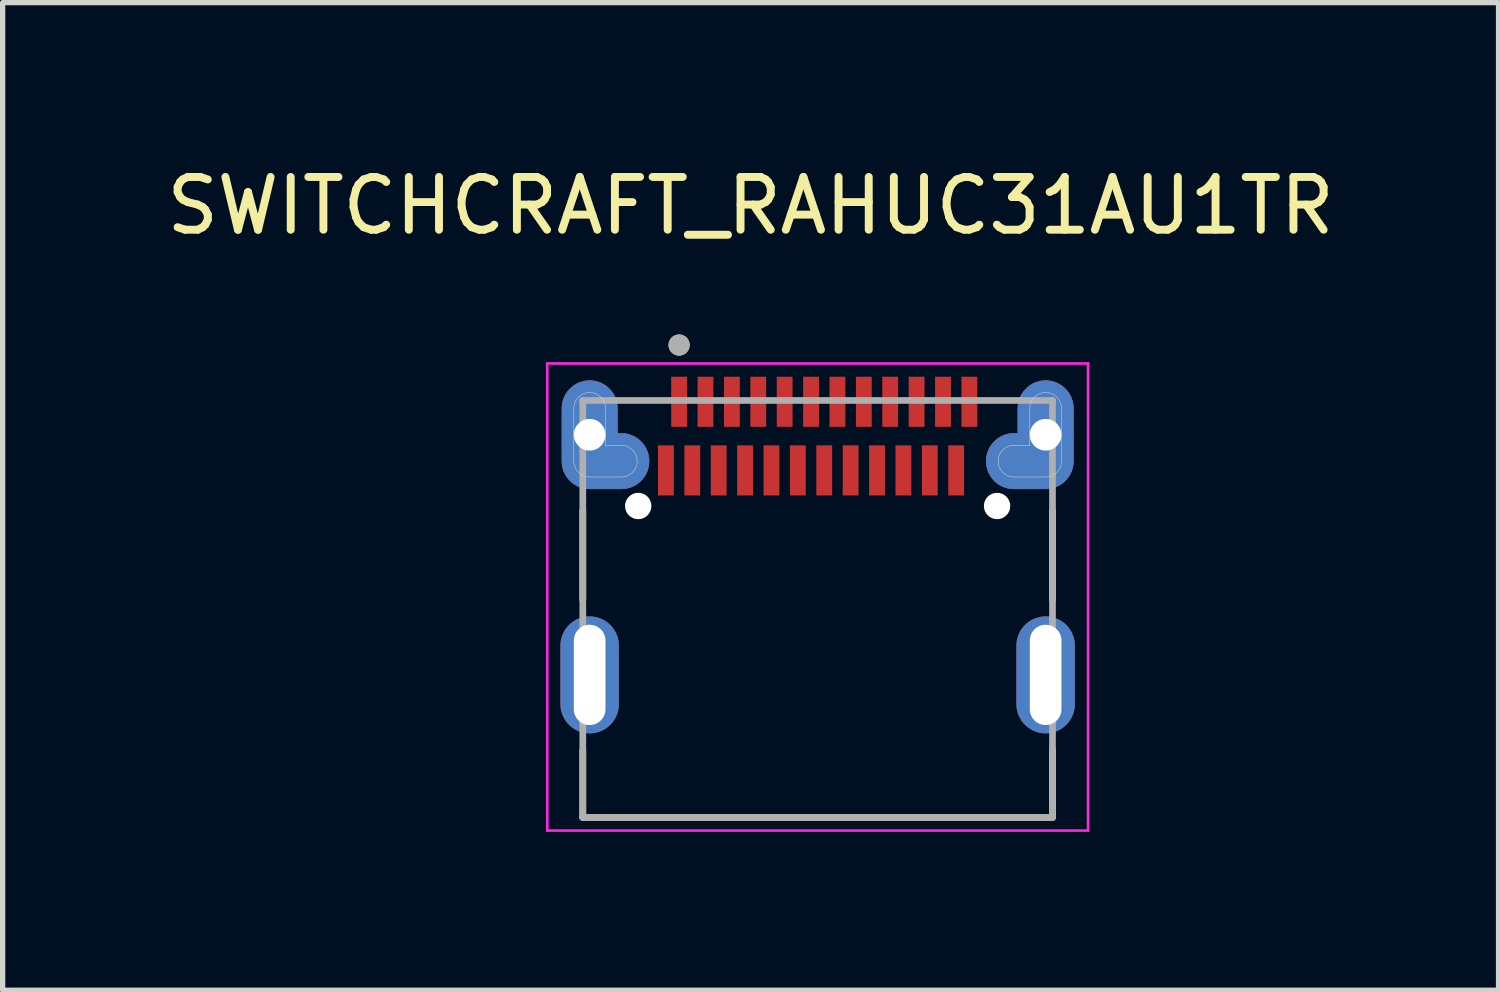
<source format=kicad_pcb>
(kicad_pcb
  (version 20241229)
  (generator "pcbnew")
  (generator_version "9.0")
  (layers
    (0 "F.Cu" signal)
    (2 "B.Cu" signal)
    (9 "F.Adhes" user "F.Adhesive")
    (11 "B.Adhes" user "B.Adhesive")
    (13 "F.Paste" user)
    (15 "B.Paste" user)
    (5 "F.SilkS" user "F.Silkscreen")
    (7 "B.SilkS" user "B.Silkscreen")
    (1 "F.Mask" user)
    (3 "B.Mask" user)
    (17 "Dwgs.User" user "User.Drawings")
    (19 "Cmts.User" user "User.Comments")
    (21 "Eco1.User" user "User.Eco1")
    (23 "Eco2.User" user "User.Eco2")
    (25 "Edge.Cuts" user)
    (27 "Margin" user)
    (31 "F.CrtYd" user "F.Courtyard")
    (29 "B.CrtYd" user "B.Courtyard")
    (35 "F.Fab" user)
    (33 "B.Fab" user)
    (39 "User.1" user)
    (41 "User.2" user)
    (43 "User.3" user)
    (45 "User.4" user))
  (footprint "SWITCHCRAFT_RAHUC31AU1TR"
    (layer "F.Cu")
    (at 12.443 9.738)
    (property "Reference" "SWITCHCRAFT_RAHUC31AU1TR" (at -1.27 -8.89 0) (layer "F.SilkS") (effects (font (size 1 1) (thickness 0.15))))
    (attr smd)
    (fp_poly (pts (xy -4.845 -5.05) (xy -4.845 -4.05) (xy -4.844 -4.023) (xy -4.842 -3.995) (xy -4.839 -3.968) (xy -4.834 -3.941) (xy -4.827 -3.914) (xy -4.819 -3.888) (xy -4.81 -3.862) (xy -4.8 -3.836) (xy -4.788 -3.812) (xy -4.775 -3.787) (xy -4.76 -3.764) (xy -4.745 -3.741) (xy -4.728 -3.72) (xy -4.71 -3.699) (xy -4.691 -3.679) (xy -4.671 -3.66) (xy -4.65 -3.642) (xy -4.629 -3.625) (xy -4.606 -3.61) (xy -4.582 -3.595) (xy -4.558 -3.582) (xy -4.534 -3.57) (xy -4.508 -3.56) (xy -4.482 -3.551) (xy -4.456 -3.543) (xy -4.429 -3.536) (xy -4.402 -3.531) (xy -4.375 -3.528) (xy -4.347 -3.526) (xy -4.32 -3.525) (xy -3.72 -3.525) (xy -3.693 -3.526) (xy -3.665 -3.528) (xy -3.638 -3.531) (xy -3.611 -3.536) (xy -3.584 -3.543) (xy -3.558 -3.551) (xy -3.532 -3.56) (xy -3.506 -3.57) (xy -3.482 -3.582) (xy -3.457 -3.595) (xy -3.434 -3.61) (xy -3.411 -3.625) (xy -3.39 -3.642) (xy -3.369 -3.66) (xy -3.349 -3.679) (xy -3.33 -3.699) (xy -3.312 -3.72) (xy -3.295 -3.741) (xy -3.28 -3.764) (xy -3.265 -3.787) (xy -3.252 -3.812) (xy -3.24 -3.836) (xy -3.23 -3.862) (xy -3.221 -3.888) (xy -3.213 -3.914) (xy -3.206 -3.941) (xy -3.201 -3.968) (xy -3.198 -3.995) (xy -3.196 -4.023) (xy -3.195 -4.05) (xy -3.196 -4.077) (xy -3.198 -4.105) (xy -3.201 -4.132) (xy -3.206 -4.159) (xy -3.213 -4.186) (xy -3.221 -4.212) (xy -3.23 -4.238) (xy -3.24 -4.264) (xy -3.252 -4.288) (xy -3.265 -4.313) (xy -3.28 -4.336) (xy -3.295 -4.359) (xy -3.312 -4.38) (xy -3.33 -4.401) (xy -3.349 -4.421) (xy -3.369 -4.44) (xy -3.39 -4.458) (xy -3.411 -4.475) (xy -3.434 -4.49) (xy -3.458 -4.505) (xy -3.482 -4.518) (xy -3.506 -4.53) (xy -3.532 -4.54) (xy -3.558 -4.549) (xy -3.584 -4.557) (xy -3.611 -4.564) (xy -3.638 -4.569) (xy -3.665 -4.572) (xy -3.693 -4.574) (xy -3.72 -4.575) (xy -3.795 -4.575) (xy -3.795 -5.05) (xy -3.796 -5.077) (xy -3.798 -5.105) (xy -3.801 -5.132) (xy -3.806 -5.159) (xy -3.813 -5.186) (xy -3.821 -5.212) (xy -3.83 -5.238) (xy -3.84 -5.264) (xy -3.852 -5.288) (xy -3.865 -5.313) (xy -3.88 -5.336) (xy -3.895 -5.359) (xy -3.912 -5.38) (xy -3.93 -5.401) (xy -3.949 -5.421) (xy -3.969 -5.44) (xy -3.99 -5.458) (xy -4.011 -5.475) (xy -4.034 -5.49) (xy -4.058 -5.505) (xy -4.082 -5.518) (xy -4.106 -5.53) (xy -4.132 -5.54) (xy -4.158 -5.549) (xy -4.184 -5.557) (xy -4.211 -5.564) (xy -4.238 -5.569) (xy -4.265 -5.572) (xy -4.293 -5.574) (xy -4.32 -5.575) (xy -4.347 -5.574) (xy -4.375 -5.572) (xy -4.402 -5.569) (xy -4.429 -5.564) (xy -4.456 -5.557) (xy -4.482 -5.549) (xy -4.508 -5.54) (xy -4.534 -5.53) (xy -4.558 -5.518) (xy -4.582 -5.505) (xy -4.606 -5.49) (xy -4.629 -5.475) (xy -4.65 -5.458) (xy -4.671 -5.44) (xy -4.691 -5.421) (xy -4.71 -5.401) (xy -4.728 -5.38) (xy -4.745 -5.359) (xy -4.76 -5.336) (xy -4.775 -5.313) (xy -4.788 -5.288) (xy -4.8 -5.264) (xy -4.81 -5.238) (xy -4.819 -5.212) (xy -4.827 -5.186) (xy -4.834 -5.159) (xy -4.839 -5.132) (xy -4.842 -5.105) (xy -4.844 -5.077) (xy -4.845 -5.05)) (stroke (width 0.01) (type solid)) (fill yes) (layer "F.Cu"))
    (fp_poly (pts (xy 4.845 -5.05) (xy 4.845 -4.05) (xy 4.844 -4.023) (xy 4.842 -3.995) (xy 4.839 -3.968) (xy 4.834 -3.941) (xy 4.827 -3.914) (xy 4.819 -3.888) (xy 4.81 -3.862) (xy 4.8 -3.836) (xy 4.788 -3.812) (xy 4.775 -3.787) (xy 4.76 -3.764) (xy 4.745 -3.741) (xy 4.728 -3.72) (xy 4.71 -3.699) (xy 4.691 -3.679) (xy 4.671 -3.66) (xy 4.65 -3.642) (xy 4.629 -3.625) (xy 4.606 -3.61) (xy 4.582 -3.595) (xy 4.558 -3.582) (xy 4.534 -3.57) (xy 4.508 -3.56) (xy 4.482 -3.551) (xy 4.456 -3.543) (xy 4.429 -3.536) (xy 4.402 -3.531) (xy 4.375 -3.528) (xy 4.347 -3.526) (xy 4.32 -3.525) (xy 3.72 -3.525) (xy 3.693 -3.526) (xy 3.665 -3.528) (xy 3.638 -3.531) (xy 3.611 -3.536) (xy 3.584 -3.543) (xy 3.558 -3.551) (xy 3.532 -3.56) (xy 3.506 -3.57) (xy 3.482 -3.582) (xy 3.457 -3.595) (xy 3.434 -3.61) (xy 3.411 -3.625) (xy 3.39 -3.642) (xy 3.369 -3.66) (xy 3.349 -3.679) (xy 3.33 -3.699) (xy 3.312 -3.72) (xy 3.295 -3.741) (xy 3.28 -3.764) (xy 3.265 -3.787) (xy 3.252 -3.812) (xy 3.24 -3.836) (xy 3.23 -3.862) (xy 3.221 -3.888) (xy 3.213 -3.914) (xy 3.206 -3.941) (xy 3.201 -3.968) (xy 3.198 -3.995) (xy 3.196 -4.023) (xy 3.195 -4.05) (xy 3.196 -4.077) (xy 3.198 -4.105) (xy 3.201 -4.132) (xy 3.206 -4.159) (xy 3.213 -4.186) (xy 3.221 -4.212) (xy 3.23 -4.238) (xy 3.24 -4.264) (xy 3.252 -4.288) (xy 3.265 -4.313) (xy 3.28 -4.336) (xy 3.295 -4.359) (xy 3.312 -4.38) (xy 3.33 -4.401) (xy 3.349 -4.421) (xy 3.369 -4.44) (xy 3.39 -4.458) (xy 3.411 -4.475) (xy 3.434 -4.49) (xy 3.458 -4.505) (xy 3.482 -4.518) (xy 3.506 -4.53) (xy 3.532 -4.54) (xy 3.558 -4.549) (xy 3.584 -4.557) (xy 3.611 -4.564) (xy 3.638 -4.569) (xy 3.665 -4.572) (xy 3.693 -4.574) (xy 3.72 -4.575) (xy 3.795 -4.575) (xy 3.795 -5.05) (xy 3.796 -5.077) (xy 3.798 -5.105) (xy 3.801 -5.132) (xy 3.806 -5.159) (xy 3.813 -5.186) (xy 3.821 -5.212) (xy 3.83 -5.238) (xy 3.84 -5.264) (xy 3.852 -5.288) (xy 3.865 -5.313) (xy 3.88 -5.336) (xy 3.895 -5.359) (xy 3.912 -5.38) (xy 3.93 -5.401) (xy 3.949 -5.421) (xy 3.969 -5.44) (xy 3.99 -5.458) (xy 4.011 -5.475) (xy 4.034 -5.49) (xy 4.058 -5.505) (xy 4.082 -5.518) (xy 4.106 -5.53) (xy 4.132 -5.54) (xy 4.158 -5.549) (xy 4.184 -5.557) (xy 4.211 -5.564) (xy 4.238 -5.569) (xy 4.265 -5.572) (xy 4.293 -5.574) (xy 4.32 -5.575) (xy 4.347 -5.574) (xy 4.375 -5.572) (xy 4.402 -5.569) (xy 4.429 -5.564) (xy 4.456 -5.557) (xy 4.482 -5.549) (xy 4.508 -5.54) (xy 4.534 -5.53) (xy 4.558 -5.518) (xy 4.582 -5.505) (xy 4.606 -5.49) (xy 4.629 -5.475) (xy 4.65 -5.458) (xy 4.671 -5.44) (xy 4.691 -5.421) (xy 4.71 -5.401) (xy 4.728 -5.38) (xy 4.745 -5.359) (xy 4.76 -5.336) (xy 4.775 -5.313) (xy 4.788 -5.288) (xy 4.8 -5.264) (xy 4.81 -5.238) (xy 4.819 -5.212) (xy 4.827 -5.186) (xy 4.834 -5.159) (xy 4.839 -5.132) (xy 4.842 -5.105) (xy 4.844 -5.077) (xy 4.845 -5.05)) (stroke (width 0.01) (type solid)) (fill yes) (layer "F.Cu"))
    (fp_circle (center -3.4 -3.2) (end -3.148 -3.2) (stroke (width 0.504) (type solid)) (fill no) (layer "F.Mask"))
    (fp_circle (center 3.4 -3.2) (end 3.652 -3.2) (stroke (width 0.504) (type solid)) (fill no) (layer "F.Mask"))
    (fp_poly (pts (xy -3.075 -4.4) (xy -2.675 -4.4) (xy -2.675 -3.35) (xy -3.075 -3.35)) (stroke (width 0.01) (type solid)) (fill yes) (layer "F.Mask"))
    (fp_poly (pts (xy -2.825 -5.7) (xy -2.425 -5.7) (xy -2.425 -4.65) (xy -2.825 -4.65)) (stroke (width 0.01) (type solid)) (fill yes) (layer "F.Mask"))
    (fp_poly (pts (xy -2.575 -4.4) (xy -2.175 -4.4) (xy -2.175 -3.35) (xy -2.575 -3.35)) (stroke (width 0.01) (type solid)) (fill yes) (layer "F.Mask"))
    (fp_poly (pts (xy -2.325 -5.7) (xy -1.925 -5.7) (xy -1.925 -4.65) (xy -2.325 -4.65)) (stroke (width 0.01) (type solid)) (fill yes) (layer "F.Mask"))
    (fp_poly (pts (xy -2.075 -4.4) (xy -1.675 -4.4) (xy -1.675 -3.35) (xy -2.075 -3.35)) (stroke (width 0.01) (type solid)) (fill yes) (layer "F.Mask"))
    (fp_poly (pts (xy -1.825 -5.7) (xy -1.425 -5.7) (xy -1.425 -4.65) (xy -1.825 -4.65)) (stroke (width 0.01) (type solid)) (fill yes) (layer "F.Mask"))
    (fp_poly (pts (xy -1.575 -4.4) (xy -1.175 -4.4) (xy -1.175 -3.35) (xy -1.575 -3.35)) (stroke (width 0.01) (type solid)) (fill yes) (layer "F.Mask"))
    (fp_poly (pts (xy -1.325 -5.7) (xy -0.925 -5.7) (xy -0.925 -4.65) (xy -1.325 -4.65)) (stroke (width 0.01) (type solid)) (fill yes) (layer "F.Mask"))
    (fp_poly (pts (xy -1.075 -4.4) (xy -0.675 -4.4) (xy -0.675 -3.35) (xy -1.075 -3.35)) (stroke (width 0.01) (type solid)) (fill yes) (layer "F.Mask"))
    (fp_poly (pts (xy -0.825 -5.7) (xy -0.425 -5.7) (xy -0.425 -4.65) (xy -0.825 -4.65)) (stroke (width 0.01) (type solid)) (fill yes) (layer "F.Mask"))
    (fp_poly (pts (xy -0.575 -4.4) (xy -0.175 -4.4) (xy -0.175 -3.35) (xy -0.575 -3.35)) (stroke (width 0.01) (type solid)) (fill yes) (layer "F.Mask"))
    (fp_poly (pts (xy -0.325 -5.7) (xy 0.075 -5.7) (xy 0.075 -4.65) (xy -0.325 -4.65)) (stroke (width 0.01) (type solid)) (fill yes) (layer "F.Mask"))
    (fp_poly (pts (xy -0.075 -4.4) (xy 0.325 -4.4) (xy 0.325 -3.35) (xy -0.075 -3.35)) (stroke (width 0.01) (type solid)) (fill yes) (layer "F.Mask"))
    (fp_poly (pts (xy 0.175 -5.7) (xy 0.575 -5.7) (xy 0.575 -4.65) (xy 0.175 -4.65)) (stroke (width 0.01) (type solid)) (fill yes) (layer "F.Mask"))
    (fp_poly (pts (xy 0.425 -4.4) (xy 0.825 -4.4) (xy 0.825 -3.35) (xy 0.425 -3.35)) (stroke (width 0.01) (type solid)) (fill yes) (layer "F.Mask"))
    (fp_poly (pts (xy 0.675 -5.7) (xy 1.075 -5.7) (xy 1.075 -4.65) (xy 0.675 -4.65)) (stroke (width 0.01) (type solid)) (fill yes) (layer "F.Mask"))
    (fp_poly (pts (xy 0.925 -4.4) (xy 1.325 -4.4) (xy 1.325 -3.35) (xy 0.925 -3.35)) (stroke (width 0.01) (type solid)) (fill yes) (layer "F.Mask"))
    (fp_poly (pts (xy 1.175 -5.7) (xy 1.575 -5.7) (xy 1.575 -4.65) (xy 1.175 -4.65)) (stroke (width 0.01) (type solid)) (fill yes) (layer "F.Mask"))
    (fp_poly (pts (xy 1.425 -4.4) (xy 1.825 -4.4) (xy 1.825 -3.35) (xy 1.425 -3.35)) (stroke (width 0.01) (type solid)) (fill yes) (layer "F.Mask"))
    (fp_poly (pts (xy 1.675 -5.7) (xy 2.075 -5.7) (xy 2.075 -4.65) (xy 1.675 -4.65)) (stroke (width 0.01) (type solid)) (fill yes) (layer "F.Mask"))
    (fp_poly (pts (xy 1.925 -4.4) (xy 2.325 -4.4) (xy 2.325 -3.35) (xy 1.925 -3.35)) (stroke (width 0.01) (type solid)) (fill yes) (layer "F.Mask"))
    (fp_poly (pts (xy 2.175 -5.7) (xy 2.575 -5.7) (xy 2.575 -4.65) (xy 2.175 -4.65)) (stroke (width 0.01) (type solid)) (fill yes) (layer "F.Mask"))
    (fp_poly (pts (xy 2.425 -4.4) (xy 2.825 -4.4) (xy 2.825 -3.35) (xy 2.425 -3.35)) (stroke (width 0.01) (type solid)) (fill yes) (layer "F.Mask"))
    (fp_poly (pts (xy 2.675 -5.7) (xy 3.075 -5.7) (xy 3.075 -4.65) (xy 2.675 -4.65)) (stroke (width 0.01) (type solid)) (fill yes) (layer "F.Mask"))
    (fp_poly (pts (xy -4.945 -5.05) (xy -4.945 -4.05) (xy -4.944 -4.017) (xy -4.942 -3.985) (xy -4.937 -3.952) (xy -4.931 -3.92) (xy -4.924 -3.888) (xy -4.914 -3.857) (xy -4.903 -3.826) (xy -4.891 -3.796) (xy -4.877 -3.766) (xy -4.861 -3.737) (xy -4.844 -3.71) (xy -4.826 -3.683) (xy -4.806 -3.657) (xy -4.784 -3.632) (xy -4.762 -3.608) (xy -4.738 -3.586) (xy -4.713 -3.564) (xy -4.687 -3.544) (xy -4.66 -3.526) (xy -4.633 -3.509) (xy -4.604 -3.493) (xy -4.574 -3.479) (xy -4.544 -3.467) (xy -4.513 -3.456) (xy -4.482 -3.446) (xy -4.45 -3.439) (xy -4.418 -3.433) (xy -4.385 -3.428) (xy -4.353 -3.426) (xy -4.32 -3.425) (xy -3.72 -3.425) (xy -3.687 -3.426) (xy -3.655 -3.428) (xy -3.622 -3.433) (xy -3.59 -3.439) (xy -3.558 -3.446) (xy -3.527 -3.456) (xy -3.496 -3.467) (xy -3.466 -3.479) (xy -3.436 -3.493) (xy -3.408 -3.509) (xy -3.38 -3.526) (xy -3.353 -3.544) (xy -3.327 -3.564) (xy -3.302 -3.586) (xy -3.278 -3.608) (xy -3.256 -3.632) (xy -3.234 -3.657) (xy -3.214 -3.683) (xy -3.196 -3.71) (xy -3.179 -3.737) (xy -3.163 -3.766) (xy -3.149 -3.796) (xy -3.137 -3.826) (xy -3.126 -3.857) (xy -3.116 -3.888) (xy -3.109 -3.92) (xy -3.103 -3.952) (xy -3.098 -3.985) (xy -3.096 -4.017) (xy -3.095 -4.05) (xy -3.096 -4.083) (xy -3.098 -4.115) (xy -3.103 -4.148) (xy -3.109 -4.18) (xy -3.116 -4.212) (xy -3.126 -4.243) (xy -3.137 -4.274) (xy -3.149 -4.304) (xy -3.163 -4.334) (xy -3.179 -4.362) (xy -3.196 -4.39) (xy -3.214 -4.417) (xy -3.234 -4.443) (xy -3.256 -4.468) (xy -3.278 -4.492) (xy -3.302 -4.514) (xy -3.327 -4.536) (xy -3.353 -4.556) (xy -3.38 -4.574) (xy -3.408 -4.591) (xy -3.436 -4.607) (xy -3.466 -4.621) (xy -3.496 -4.633) (xy -3.527 -4.644) (xy -3.558 -4.654) (xy -3.59 -4.661) (xy -3.622 -4.667) (xy -3.655 -4.672) (xy -3.687 -4.674) (xy -3.72 -4.675) (xy -3.695 -4.675) (xy -3.695 -5.05) (xy -3.696 -5.083) (xy -3.698 -5.115) (xy -3.703 -5.148) (xy -3.709 -5.18) (xy -3.716 -5.212) (xy -3.726 -5.243) (xy -3.737 -5.274) (xy -3.749 -5.304) (xy -3.763 -5.334) (xy -3.779 -5.362) (xy -3.796 -5.39) (xy -3.814 -5.417) (xy -3.834 -5.443) (xy -3.856 -5.468) (xy -3.878 -5.492) (xy -3.902 -5.514) (xy -3.927 -5.536) (xy -3.953 -5.556) (xy -3.98 -5.574) (xy -4.008 -5.591) (xy -4.036 -5.607) (xy -4.066 -5.621) (xy -4.096 -5.633) (xy -4.127 -5.644) (xy -4.158 -5.654) (xy -4.19 -5.661) (xy -4.222 -5.667) (xy -4.255 -5.672) (xy -4.287 -5.674) (xy -4.32 -5.675) (xy -4.353 -5.674) (xy -4.385 -5.672) (xy -4.418 -5.667) (xy -4.45 -5.661) (xy -4.482 -5.654) (xy -4.513 -5.644) (xy -4.544 -5.633) (xy -4.574 -5.621) (xy -4.604 -5.607) (xy -4.633 -5.591) (xy -4.66 -5.574) (xy -4.687 -5.556) (xy -4.713 -5.536) (xy -4.738 -5.514) (xy -4.762 -5.492) (xy -4.784 -5.468) (xy -4.806 -5.443) (xy -4.826 -5.417) (xy -4.844 -5.39) (xy -4.861 -5.362) (xy -4.877 -5.334) (xy -4.891 -5.304) (xy -4.903 -5.274) (xy -4.914 -5.243) (xy -4.924 -5.212) (xy -4.931 -5.18) (xy -4.937 -5.148) (xy -4.942 -5.115) (xy -4.944 -5.083) (xy -4.945 -5.05)) (stroke (width 0.01) (type solid)) (fill yes) (layer "F.Mask"))
    (fp_poly (pts (xy 4.945 -5.05) (xy 4.945 -4.05) (xy 4.944 -4.017) (xy 4.942 -3.985) (xy 4.937 -3.952) (xy 4.931 -3.92) (xy 4.924 -3.888) (xy 4.914 -3.857) (xy 4.903 -3.826) (xy 4.891 -3.796) (xy 4.877 -3.766) (xy 4.861 -3.737) (xy 4.844 -3.71) (xy 4.826 -3.683) (xy 4.806 -3.657) (xy 4.784 -3.632) (xy 4.762 -3.608) (xy 4.738 -3.586) (xy 4.713 -3.564) (xy 4.687 -3.544) (xy 4.66 -3.526) (xy 4.633 -3.509) (xy 4.604 -3.493) (xy 4.574 -3.479) (xy 4.544 -3.467) (xy 4.513 -3.456) (xy 4.482 -3.446) (xy 4.45 -3.439) (xy 4.418 -3.433) (xy 4.385 -3.428) (xy 4.353 -3.426) (xy 4.32 -3.425) (xy 3.72 -3.425) (xy 3.687 -3.426) (xy 3.655 -3.428) (xy 3.622 -3.433) (xy 3.59 -3.439) (xy 3.558 -3.446) (xy 3.527 -3.456) (xy 3.496 -3.467) (xy 3.466 -3.479) (xy 3.436 -3.493) (xy 3.407 -3.509) (xy 3.38 -3.526) (xy 3.353 -3.544) (xy 3.327 -3.564) (xy 3.302 -3.586) (xy 3.278 -3.608) (xy 3.256 -3.632) (xy 3.234 -3.657) (xy 3.214 -3.683) (xy 3.196 -3.71) (xy 3.179 -3.737) (xy 3.163 -3.766) (xy 3.149 -3.796) (xy 3.137 -3.826) (xy 3.126 -3.857) (xy 3.116 -3.888) (xy 3.109 -3.92) (xy 3.103 -3.952) (xy 3.098 -3.985) (xy 3.096 -4.017) (xy 3.095 -4.05) (xy 3.096 -4.083) (xy 3.098 -4.115) (xy 3.103 -4.148) (xy 3.109 -4.18) (xy 3.116 -4.212) (xy 3.126 -4.243) (xy 3.137 -4.274) (xy 3.149 -4.304) (xy 3.163 -4.334) (xy 3.179 -4.362) (xy 3.196 -4.39) (xy 3.214 -4.417) (xy 3.234 -4.443) (xy 3.256 -4.468) (xy 3.278 -4.492) (xy 3.302 -4.514) (xy 3.327 -4.536) (xy 3.353 -4.556) (xy 3.38 -4.574) (xy 3.408 -4.591) (xy 3.436 -4.607) (xy 3.466 -4.621) (xy 3.496 -4.633) (xy 3.527 -4.644) (xy 3.558 -4.654) (xy 3.59 -4.661) (xy 3.622 -4.667) (xy 3.655 -4.672) (xy 3.687 -4.674) (xy 3.72 -4.675) (xy 3.695 -4.675) (xy 3.695 -5.05) (xy 3.696 -5.083) (xy 3.698 -5.115) (xy 3.703 -5.148) (xy 3.709 -5.18) (xy 3.716 -5.212) (xy 3.726 -5.243) (xy 3.737 -5.274) (xy 3.749 -5.304) (xy 3.763 -5.334) (xy 3.779 -5.362) (xy 3.796 -5.39) (xy 3.814 -5.417) (xy 3.834 -5.443) (xy 3.856 -5.468) (xy 3.878 -5.492) (xy 3.902 -5.514) (xy 3.927 -5.536) (xy 3.953 -5.556) (xy 3.98 -5.574) (xy 4.008 -5.591) (xy 4.036 -5.607) (xy 4.066 -5.621) (xy 4.096 -5.633) (xy 4.127 -5.644) (xy 4.158 -5.654) (xy 4.19 -5.661) (xy 4.222 -5.667) (xy 4.255 -5.672) (xy 4.287 -5.674) (xy 4.32 -5.675) (xy 4.353 -5.674) (xy 4.385 -5.672) (xy 4.418 -5.667) (xy 4.45 -5.661) (xy 4.482 -5.654) (xy 4.513 -5.644) (xy 4.544 -5.633) (xy 4.574 -5.621) (xy 4.604 -5.607) (xy 4.633 -5.591) (xy 4.66 -5.574) (xy 4.687 -5.556) (xy 4.713 -5.536) (xy 4.738 -5.514) (xy 4.762 -5.492) (xy 4.784 -5.468) (xy 4.806 -5.443) (xy 4.826 -5.417) (xy 4.844 -5.39) (xy 4.861 -5.362) (xy 4.877 -5.334) (xy 4.891 -5.304) (xy 4.903 -5.274) (xy 4.914 -5.243) (xy 4.924 -5.212) (xy 4.931 -5.18) (xy 4.937 -5.148) (xy 4.942 -5.115) (xy 4.944 -5.083) (xy 4.945 -5.05)) (stroke (width 0.01) (type solid)) (fill yes) (layer "F.Mask"))
    (fp_poly (pts (xy -4.845 -5.05) (xy -4.845 -4.05) (xy -4.844 -4.023) (xy -4.842 -3.995) (xy -4.839 -3.968) (xy -4.834 -3.941) (xy -4.827 -3.914) (xy -4.819 -3.888) (xy -4.81 -3.862) (xy -4.8 -3.836) (xy -4.788 -3.812) (xy -4.775 -3.787) (xy -4.76 -3.764) (xy -4.745 -3.741) (xy -4.728 -3.72) (xy -4.71 -3.699) (xy -4.691 -3.679) (xy -4.671 -3.66) (xy -4.65 -3.642) (xy -4.629 -3.625) (xy -4.606 -3.61) (xy -4.582 -3.595) (xy -4.558 -3.582) (xy -4.534 -3.57) (xy -4.508 -3.56) (xy -4.482 -3.551) (xy -4.456 -3.543) (xy -4.429 -3.536) (xy -4.402 -3.531) (xy -4.375 -3.528) (xy -4.347 -3.526) (xy -4.32 -3.525) (xy -3.72 -3.525) (xy -3.693 -3.526) (xy -3.665 -3.528) (xy -3.638 -3.531) (xy -3.611 -3.536) (xy -3.584 -3.543) (xy -3.558 -3.551) (xy -3.532 -3.56) (xy -3.506 -3.57) (xy -3.482 -3.582) (xy -3.457 -3.595) (xy -3.434 -3.61) (xy -3.411 -3.625) (xy -3.39 -3.642) (xy -3.369 -3.66) (xy -3.349 -3.679) (xy -3.33 -3.699) (xy -3.312 -3.72) (xy -3.295 -3.741) (xy -3.28 -3.764) (xy -3.265 -3.787) (xy -3.252 -3.812) (xy -3.24 -3.836) (xy -3.23 -3.862) (xy -3.221 -3.888) (xy -3.213 -3.914) (xy -3.206 -3.941) (xy -3.201 -3.968) (xy -3.198 -3.995) (xy -3.196 -4.023) (xy -3.195 -4.05) (xy -3.196 -4.077) (xy -3.198 -4.105) (xy -3.201 -4.132) (xy -3.206 -4.159) (xy -3.213 -4.186) (xy -3.221 -4.212) (xy -3.23 -4.238) (xy -3.24 -4.264) (xy -3.252 -4.288) (xy -3.265 -4.313) (xy -3.28 -4.336) (xy -3.295 -4.359) (xy -3.312 -4.38) (xy -3.33 -4.401) (xy -3.349 -4.421) (xy -3.369 -4.44) (xy -3.39 -4.458) (xy -3.411 -4.475) (xy -3.434 -4.49) (xy -3.458 -4.505) (xy -3.482 -4.518) (xy -3.506 -4.53) (xy -3.532 -4.54) (xy -3.558 -4.549) (xy -3.584 -4.557) (xy -3.611 -4.564) (xy -3.638 -4.569) (xy -3.665 -4.572) (xy -3.693 -4.574) (xy -3.72 -4.575) (xy -3.795 -4.575) (xy -3.795 -5.05) (xy -3.796 -5.077) (xy -3.798 -5.105) (xy -3.801 -5.132) (xy -3.806 -5.159) (xy -3.813 -5.186) (xy -3.821 -5.212) (xy -3.83 -5.238) (xy -3.84 -5.264) (xy -3.852 -5.288) (xy -3.865 -5.313) (xy -3.88 -5.336) (xy -3.895 -5.359) (xy -3.912 -5.38) (xy -3.93 -5.401) (xy -3.949 -5.421) (xy -3.969 -5.44) (xy -3.99 -5.458) (xy -4.011 -5.475) (xy -4.034 -5.49) (xy -4.058 -5.505) (xy -4.082 -5.518) (xy -4.106 -5.53) (xy -4.132 -5.54) (xy -4.158 -5.549) (xy -4.184 -5.557) (xy -4.211 -5.564) (xy -4.238 -5.569) (xy -4.265 -5.572) (xy -4.293 -5.574) (xy -4.32 -5.575) (xy -4.347 -5.574) (xy -4.375 -5.572) (xy -4.402 -5.569) (xy -4.429 -5.564) (xy -4.456 -5.557) (xy -4.482 -5.549) (xy -4.508 -5.54) (xy -4.534 -5.53) (xy -4.558 -5.518) (xy -4.582 -5.505) (xy -4.606 -5.49) (xy -4.629 -5.475) (xy -4.65 -5.458) (xy -4.671 -5.44) (xy -4.691 -5.421) (xy -4.71 -5.401) (xy -4.728 -5.38) (xy -4.745 -5.359) (xy -4.76 -5.336) (xy -4.775 -5.313) (xy -4.788 -5.288) (xy -4.8 -5.264) (xy -4.81 -5.238) (xy -4.819 -5.212) (xy -4.827 -5.186) (xy -4.834 -5.159) (xy -4.839 -5.132) (xy -4.842 -5.105) (xy -4.844 -5.077) (xy -4.845 -5.05)) (stroke (width 0.01) (type solid)) (fill yes) (layer "B.Cu"))
    (fp_poly (pts (xy 4.845 -5.05) (xy 4.845 -4.05) (xy 4.844 -4.023) (xy 4.842 -3.995) (xy 4.839 -3.968) (xy 4.834 -3.941) (xy 4.827 -3.914) (xy 4.819 -3.888) (xy 4.81 -3.862) (xy 4.8 -3.836) (xy 4.788 -3.812) (xy 4.775 -3.787) (xy 4.76 -3.764) (xy 4.745 -3.741) (xy 4.728 -3.72) (xy 4.71 -3.699) (xy 4.691 -3.679) (xy 4.671 -3.66) (xy 4.65 -3.642) (xy 4.629 -3.625) (xy 4.606 -3.61) (xy 4.582 -3.595) (xy 4.558 -3.582) (xy 4.534 -3.57) (xy 4.508 -3.56) (xy 4.482 -3.551) (xy 4.456 -3.543) (xy 4.429 -3.536) (xy 4.402 -3.531) (xy 4.375 -3.528) (xy 4.347 -3.526) (xy 4.32 -3.525) (xy 3.72 -3.525) (xy 3.693 -3.526) (xy 3.665 -3.528) (xy 3.638 -3.531) (xy 3.611 -3.536) (xy 3.584 -3.543) (xy 3.558 -3.551) (xy 3.532 -3.56) (xy 3.506 -3.57) (xy 3.482 -3.582) (xy 3.457 -3.595) (xy 3.434 -3.61) (xy 3.411 -3.625) (xy 3.39 -3.642) (xy 3.369 -3.66) (xy 3.349 -3.679) (xy 3.33 -3.699) (xy 3.312 -3.72) (xy 3.295 -3.741) (xy 3.28 -3.764) (xy 3.265 -3.787) (xy 3.252 -3.812) (xy 3.24 -3.836) (xy 3.23 -3.862) (xy 3.221 -3.888) (xy 3.213 -3.914) (xy 3.206 -3.941) (xy 3.201 -3.968) (xy 3.198 -3.995) (xy 3.196 -4.023) (xy 3.195 -4.05) (xy 3.196 -4.077) (xy 3.198 -4.105) (xy 3.201 -4.132) (xy 3.206 -4.159) (xy 3.213 -4.186) (xy 3.221 -4.212) (xy 3.23 -4.238) (xy 3.24 -4.264) (xy 3.252 -4.288) (xy 3.265 -4.313) (xy 3.28 -4.336) (xy 3.295 -4.359) (xy 3.312 -4.38) (xy 3.33 -4.401) (xy 3.349 -4.421) (xy 3.369 -4.44) (xy 3.39 -4.458) (xy 3.411 -4.475) (xy 3.434 -4.49) (xy 3.458 -4.505) (xy 3.482 -4.518) (xy 3.506 -4.53) (xy 3.532 -4.54) (xy 3.558 -4.549) (xy 3.584 -4.557) (xy 3.611 -4.564) (xy 3.638 -4.569) (xy 3.665 -4.572) (xy 3.693 -4.574) (xy 3.72 -4.575) (xy 3.795 -4.575) (xy 3.795 -5.05) (xy 3.796 -5.077) (xy 3.798 -5.105) (xy 3.801 -5.132) (xy 3.806 -5.159) (xy 3.813 -5.186) (xy 3.821 -5.212) (xy 3.83 -5.238) (xy 3.84 -5.264) (xy 3.852 -5.288) (xy 3.865 -5.313) (xy 3.88 -5.336) (xy 3.895 -5.359) (xy 3.912 -5.38) (xy 3.93 -5.401) (xy 3.949 -5.421) (xy 3.969 -5.44) (xy 3.99 -5.458) (xy 4.011 -5.475) (xy 4.034 -5.49) (xy 4.058 -5.505) (xy 4.082 -5.518) (xy 4.106 -5.53) (xy 4.132 -5.54) (xy 4.158 -5.549) (xy 4.184 -5.557) (xy 4.211 -5.564) (xy 4.238 -5.569) (xy 4.265 -5.572) (xy 4.293 -5.574) (xy 4.32 -5.575) (xy 4.347 -5.574) (xy 4.375 -5.572) (xy 4.402 -5.569) (xy 4.429 -5.564) (xy 4.456 -5.557) (xy 4.482 -5.549) (xy 4.508 -5.54) (xy 4.534 -5.53) (xy 4.558 -5.518) (xy 4.582 -5.505) (xy 4.606 -5.49) (xy 4.629 -5.475) (xy 4.65 -5.458) (xy 4.671 -5.44) (xy 4.691 -5.421) (xy 4.71 -5.401) (xy 4.728 -5.38) (xy 4.745 -5.359) (xy 4.76 -5.336) (xy 4.775 -5.313) (xy 4.788 -5.288) (xy 4.8 -5.264) (xy 4.81 -5.238) (xy 4.819 -5.212) (xy 4.827 -5.186) (xy 4.834 -5.159) (xy 4.839 -5.132) (xy 4.842 -5.105) (xy 4.844 -5.077) (xy 4.845 -5.05)) (stroke (width 0.01) (type solid)) (fill yes) (layer "B.Cu"))
    (fp_circle (center -3.4 -3.2) (end -3.148 -3.2) (stroke (width 0.504) (type solid)) (fill no) (layer "B.Mask"))
    (fp_circle (center 3.4 -3.2) (end 3.652 -3.2) (stroke (width 0.504) (type solid)) (fill no) (layer "B.Mask"))
    (fp_poly (pts (xy -4.945 -5.05) (xy -4.945 -4.05) (xy -4.944 -4.017) (xy -4.942 -3.985) (xy -4.937 -3.952) (xy -4.931 -3.92) (xy -4.924 -3.888) (xy -4.914 -3.857) (xy -4.903 -3.826) (xy -4.891 -3.796) (xy -4.877 -3.766) (xy -4.861 -3.737) (xy -4.844 -3.71) (xy -4.826 -3.683) (xy -4.806 -3.657) (xy -4.784 -3.632) (xy -4.762 -3.608) (xy -4.738 -3.586) (xy -4.713 -3.564) (xy -4.687 -3.544) (xy -4.66 -3.526) (xy -4.633 -3.509) (xy -4.604 -3.493) (xy -4.574 -3.479) (xy -4.544 -3.467) (xy -4.513 -3.456) (xy -4.482 -3.446) (xy -4.45 -3.439) (xy -4.418 -3.433) (xy -4.385 -3.428) (xy -4.353 -3.426) (xy -4.32 -3.425) (xy -3.72 -3.425) (xy -3.687 -3.426) (xy -3.655 -3.428) (xy -3.622 -3.433) (xy -3.59 -3.439) (xy -3.558 -3.446) (xy -3.527 -3.456) (xy -3.496 -3.467) (xy -3.466 -3.479) (xy -3.436 -3.493) (xy -3.408 -3.509) (xy -3.38 -3.526) (xy -3.353 -3.544) (xy -3.327 -3.564) (xy -3.302 -3.586) (xy -3.278 -3.608) (xy -3.256 -3.632) (xy -3.234 -3.657) (xy -3.214 -3.683) (xy -3.196 -3.71) (xy -3.179 -3.737) (xy -3.163 -3.766) (xy -3.149 -3.796) (xy -3.137 -3.826) (xy -3.126 -3.857) (xy -3.116 -3.888) (xy -3.109 -3.92) (xy -3.103 -3.952) (xy -3.098 -3.985) (xy -3.096 -4.017) (xy -3.095 -4.05) (xy -3.096 -4.083) (xy -3.098 -4.115) (xy -3.103 -4.148) (xy -3.109 -4.18) (xy -3.116 -4.212) (xy -3.126 -4.243) (xy -3.137 -4.274) (xy -3.149 -4.304) (xy -3.163 -4.334) (xy -3.179 -4.362) (xy -3.196 -4.39) (xy -3.214 -4.417) (xy -3.234 -4.443) (xy -3.256 -4.468) (xy -3.278 -4.492) (xy -3.302 -4.514) (xy -3.327 -4.536) (xy -3.353 -4.556) (xy -3.38 -4.574) (xy -3.408 -4.591) (xy -3.436 -4.607) (xy -3.466 -4.621) (xy -3.496 -4.633) (xy -3.527 -4.644) (xy -3.558 -4.654) (xy -3.59 -4.661) (xy -3.622 -4.667) (xy -3.655 -4.672) (xy -3.687 -4.674) (xy -3.72 -4.675) (xy -3.695 -4.675) (xy -3.695 -5.05) (xy -3.696 -5.083) (xy -3.698 -5.115) (xy -3.703 -5.148) (xy -3.709 -5.18) (xy -3.716 -5.212) (xy -3.726 -5.243) (xy -3.737 -5.274) (xy -3.749 -5.304) (xy -3.763 -5.334) (xy -3.779 -5.362) (xy -3.796 -5.39) (xy -3.814 -5.417) (xy -3.834 -5.443) (xy -3.856 -5.468) (xy -3.878 -5.492) (xy -3.902 -5.514) (xy -3.927 -5.536) (xy -3.953 -5.556) (xy -3.98 -5.574) (xy -4.008 -5.591) (xy -4.036 -5.607) (xy -4.066 -5.621) (xy -4.096 -5.633) (xy -4.127 -5.644) (xy -4.158 -5.654) (xy -4.19 -5.661) (xy -4.222 -5.667) (xy -4.255 -5.672) (xy -4.287 -5.674) (xy -4.32 -5.675) (xy -4.353 -5.674) (xy -4.385 -5.672) (xy -4.418 -5.667) (xy -4.45 -5.661) (xy -4.482 -5.654) (xy -4.513 -5.644) (xy -4.544 -5.633) (xy -4.574 -5.621) (xy -4.604 -5.607) (xy -4.633 -5.591) (xy -4.66 -5.574) (xy -4.687 -5.556) (xy -4.713 -5.536) (xy -4.738 -5.514) (xy -4.762 -5.492) (xy -4.784 -5.468) (xy -4.806 -5.443) (xy -4.826 -5.417) (xy -4.844 -5.39) (xy -4.861 -5.362) (xy -4.877 -5.334) (xy -4.891 -5.304) (xy -4.903 -5.274) (xy -4.914 -5.243) (xy -4.924 -5.212) (xy -4.931 -5.18) (xy -4.937 -5.148) (xy -4.942 -5.115) (xy -4.944 -5.083) (xy -4.945 -5.05)) (stroke (width 0.01) (type solid)) (fill yes) (layer "B.Mask"))
    (fp_poly (pts (xy 4.945 -5.05) (xy 4.945 -4.05) (xy 4.944 -4.017) (xy 4.942 -3.985) (xy 4.937 -3.952) (xy 4.931 -3.92) (xy 4.924 -3.888) (xy 4.914 -3.857) (xy 4.903 -3.826) (xy 4.891 -3.796) (xy 4.877 -3.766) (xy 4.861 -3.737) (xy 4.844 -3.71) (xy 4.826 -3.683) (xy 4.806 -3.657) (xy 4.784 -3.632) (xy 4.762 -3.608) (xy 4.738 -3.586) (xy 4.713 -3.564) (xy 4.687 -3.544) (xy 4.66 -3.526) (xy 4.633 -3.509) (xy 4.604 -3.493) (xy 4.574 -3.479) (xy 4.544 -3.467) (xy 4.513 -3.456) (xy 4.482 -3.446) (xy 4.45 -3.439) (xy 4.418 -3.433) (xy 4.385 -3.428) (xy 4.353 -3.426) (xy 4.32 -3.425) (xy 3.72 -3.425) (xy 3.687 -3.426) (xy 3.655 -3.428) (xy 3.622 -3.433) (xy 3.59 -3.439) (xy 3.558 -3.446) (xy 3.527 -3.456) (xy 3.496 -3.467) (xy 3.466 -3.479) (xy 3.436 -3.493) (xy 3.407 -3.509) (xy 3.38 -3.526) (xy 3.353 -3.544) (xy 3.327 -3.564) (xy 3.302 -3.586) (xy 3.278 -3.608) (xy 3.256 -3.632) (xy 3.234 -3.657) (xy 3.214 -3.683) (xy 3.196 -3.71) (xy 3.179 -3.737) (xy 3.163 -3.766) (xy 3.149 -3.796) (xy 3.137 -3.826) (xy 3.126 -3.857) (xy 3.116 -3.888) (xy 3.109 -3.92) (xy 3.103 -3.952) (xy 3.098 -3.985) (xy 3.096 -4.017) (xy 3.095 -4.05) (xy 3.096 -4.083) (xy 3.098 -4.115) (xy 3.103 -4.148) (xy 3.109 -4.18) (xy 3.116 -4.212) (xy 3.126 -4.243) (xy 3.137 -4.274) (xy 3.149 -4.304) (xy 3.163 -4.334) (xy 3.179 -4.362) (xy 3.196 -4.39) (xy 3.214 -4.417) (xy 3.234 -4.443) (xy 3.256 -4.468) (xy 3.278 -4.492) (xy 3.302 -4.514) (xy 3.327 -4.536) (xy 3.353 -4.556) (xy 3.38 -4.574) (xy 3.408 -4.591) (xy 3.436 -4.607) (xy 3.466 -4.621) (xy 3.496 -4.633) (xy 3.527 -4.644) (xy 3.558 -4.654) (xy 3.59 -4.661) (xy 3.622 -4.667) (xy 3.655 -4.672) (xy 3.687 -4.674) (xy 3.72 -4.675) (xy 3.695 -4.675) (xy 3.695 -5.05) (xy 3.696 -5.083) (xy 3.698 -5.115) (xy 3.703 -5.148) (xy 3.709 -5.18) (xy 3.716 -5.212) (xy 3.726 -5.243) (xy 3.737 -5.274) (xy 3.749 -5.304) (xy 3.763 -5.334) (xy 3.779 -5.362) (xy 3.796 -5.39) (xy 3.814 -5.417) (xy 3.834 -5.443) (xy 3.856 -5.468) (xy 3.878 -5.492) (xy 3.902 -5.514) (xy 3.927 -5.536) (xy 3.953 -5.556) (xy 3.98 -5.574) (xy 4.008 -5.591) (xy 4.036 -5.607) (xy 4.066 -5.621) (xy 4.096 -5.633) (xy 4.127 -5.644) (xy 4.158 -5.654) (xy 4.19 -5.661) (xy 4.222 -5.667) (xy 4.255 -5.672) (xy 4.287 -5.674) (xy 4.32 -5.675) (xy 4.353 -5.674) (xy 4.385 -5.672) (xy 4.418 -5.667) (xy 4.45 -5.661) (xy 4.482 -5.654) (xy 4.513 -5.644) (xy 4.544 -5.633) (xy 4.574 -5.621) (xy 4.604 -5.607) (xy 4.633 -5.591) (xy 4.66 -5.574) (xy 4.687 -5.556) (xy 4.713 -5.536) (xy 4.738 -5.514) (xy 4.762 -5.492) (xy 4.784 -5.468) (xy 4.806 -5.443) (xy 4.826 -5.417) (xy 4.844 -5.39) (xy 4.861 -5.362) (xy 4.877 -5.334) (xy 4.891 -5.304) (xy 4.903 -5.274) (xy 4.914 -5.243) (xy 4.924 -5.212) (xy 4.931 -5.18) (xy 4.937 -5.148) (xy 4.942 -5.115) (xy 4.944 -5.083) (xy 4.945 -5.05)) (stroke (width 0.01) (type solid)) (fill yes) (layer "B.Mask"))
    (fp_line (start -4.45 -1.425) (end -4.45 -3.11) (stroke (width 0.127) (type solid)) (layer "F.SilkS"))
    (fp_line (start -4.45 2.7) (end -4.45 1.425) (stroke (width 0.127) (type solid)) (layer "F.SilkS"))
    (fp_line (start 4.45 -3.11) (end 4.45 -1.425) (stroke (width 0.127) (type solid)) (layer "F.SilkS"))
    (fp_line (start 4.45 1.425) (end 4.45 2.7) (stroke (width 0.127) (type solid)) (layer "F.SilkS"))
    (fp_line (start 4.45 2.7) (end -4.45 2.7) (stroke (width 0.127) (type solid)) (layer "F.SilkS"))
    (fp_circle (center -2.625 -6.25) (end -2.525 -6.25) (stroke (width 0.2) (type solid)) (fill no) (layer "F.SilkS"))
    (fp_line (start -4.62 -5.05) (end -4.62 -4.05) (stroke (width 0.01) (type solid)) (layer "Edge.Cuts"))
    (fp_line (start -4.32 -3.75) (end -3.72 -3.75) (stroke (width 0.01) (type solid)) (layer "Edge.Cuts"))
    (fp_line (start -4.02 -4.35) (end -4.02 -5.05) (stroke (width 0.01) (type solid)) (layer "Edge.Cuts"))
    (fp_line (start -3.72 -4.35) (end -4.02 -4.35) (stroke (width 0.01) (type solid)) (layer "Edge.Cuts"))
    (fp_line (start 3.72 -4.35) (end 4.02 -4.35) (stroke (width 0.01) (type solid)) (layer "Edge.Cuts"))
    (fp_line (start 4.02 -4.35) (end 4.02 -5.05) (stroke (width 0.01) (type solid)) (layer "Edge.Cuts"))
    (fp_line (start 4.32 -3.75) (end 3.72 -3.75) (stroke (width 0.01) (type solid)) (layer "Edge.Cuts"))
    (fp_line (start 4.62 -5.05) (end 4.62 -4.05) (stroke (width 0.01) (type solid)) (layer "Edge.Cuts"))
    (fp_arc (start -4.62 -5.05) (mid -4.532132 -5.262132) (end -4.32 -5.35) (stroke (width 0.01) (type solid)) (layer "Edge.Cuts"))
    (fp_arc (start -4.32 -5.35) (mid -4.107868 -5.262132) (end -4.02 -5.05) (stroke (width 0.01) (type solid)) (layer "Edge.Cuts"))
    (fp_arc (start -4.32 -3.75) (mid -4.532132 -3.837868) (end -4.62 -4.05) (stroke (width 0.01) (type solid)) (layer "Edge.Cuts"))
    (fp_arc (start -3.72 -4.35) (mid -3.507868 -4.262132) (end -3.42 -4.05) (stroke (width 0.01) (type solid)) (layer "Edge.Cuts"))
    (fp_arc (start -3.42 -4.05) (mid -3.507868 -3.837868) (end -3.72 -3.75) (stroke (width 0.01) (type solid)) (layer "Edge.Cuts"))
    (fp_arc (start 3.42 -4.05) (mid 3.507868 -4.262132) (end 3.72 -4.35) (stroke (width 0.01) (type solid)) (layer "Edge.Cuts"))
    (fp_arc (start 3.72 -3.75) (mid 3.507868 -3.837868) (end 3.42 -4.05) (stroke (width 0.01) (type solid)) (layer "Edge.Cuts"))
    (fp_arc (start 4.02 -5.05) (mid 4.107868 -5.262132) (end 4.32 -5.35) (stroke (width 0.01) (type solid)) (layer "Edge.Cuts"))
    (fp_arc (start 4.32 -5.35) (mid 4.532132 -5.262132) (end 4.62 -5.05) (stroke (width 0.01) (type solid)) (layer "Edge.Cuts"))
    (fp_arc (start 4.62 -4.05) (mid 4.532132 -3.837868) (end 4.32 -3.75) (stroke (width 0.01) (type solid)) (layer "Edge.Cuts"))
    (fp_line (start -5.124 -5.9) (end 5.124 -5.9) (stroke (width 0.05) (type solid)) (layer "F.CrtYd"))
    (fp_line (start -5.124 2.95) (end -5.124 -5.9) (stroke (width 0.05) (type solid)) (layer "F.CrtYd"))
    (fp_line (start 5.124 -5.9) (end 5.124 2.95) (stroke (width 0.05) (type solid)) (layer "F.CrtYd"))
    (fp_line (start 5.124 2.95) (end -5.124 2.95) (stroke (width 0.05) (type solid)) (layer "F.CrtYd"))
    (fp_line (start -4.45 -5.2) (end 4.45 -5.2) (stroke (width 0.127) (type solid)) (layer "F.Fab"))
    (fp_line (start -4.45 2.7) (end -4.45 -5.2) (stroke (width 0.127) (type solid)) (layer "F.Fab"))
    (fp_line (start 4.45 -5.2) (end 4.45 2.7) (stroke (width 0.127) (type solid)) (layer "F.Fab"))
    (fp_line (start 4.45 2.7) (end -4.45 2.7) (stroke (width 0.127) (type solid)) (layer "F.Fab"))
    (fp_circle (center -2.625 -6.25) (end -2.525 -6.25) (stroke (width 0.2) (type solid)) (fill no) (layer "F.Fab"))
    (pad "" np_thru_hole circle (at -3.4 -3.2) (size 0.5 0.5) (drill 0.5) (layers "*.Cu" "*.Mask"))
    (pad "" np_thru_hole circle (at 3.4 -3.2) (size 0.5 0.5) (drill 0.5) (layers "*.Cu" "*.Mask"))
    (pad "A1" smd rect (at -2.625 -5.175) (size 0.3 0.95) (layers "F.Cu" "F.Paste"))
    (pad "A2" smd rect (at -2.125 -5.175) (size 0.3 0.95) (layers "F.Cu" "F.Paste"))
    (pad "A3" smd rect (at -1.625 -5.175) (size 0.3 0.95) (layers "F.Cu" "F.Paste"))
    (pad "A4" smd rect (at -1.125 -5.175) (size 0.3 0.95) (layers "F.Cu" "F.Paste"))
    (pad "A5" smd rect (at -0.625 -5.175) (size 0.3 0.95) (layers "F.Cu" "F.Paste"))
    (pad "A6" smd rect (at -0.125 -5.175) (size 0.3 0.95) (layers "F.Cu" "F.Paste"))
    (pad "A7" smd rect (at 0.375 -5.175) (size 0.3 0.95) (layers "F.Cu" "F.Paste"))
    (pad "A8" smd rect (at 0.875 -5.175) (size 0.3 0.95) (layers "F.Cu" "F.Paste"))
    (pad "A9" smd rect (at 1.375 -5.175) (size 0.3 0.95) (layers "F.Cu" "F.Paste"))
    (pad "A10" smd rect (at 1.875 -5.175) (size 0.3 0.95) (layers "F.Cu" "F.Paste"))
    (pad "A11" smd rect (at 2.375 -5.175) (size 0.3 0.95) (layers "F.Cu" "F.Paste"))
    (pad "A12" smd rect (at 2.875 -5.175) (size 0.3 0.95) (layers "F.Cu" "F.Paste"))
    (pad "B1" smd rect (at 2.625 -3.875) (size 0.3 0.95) (layers "F.Cu" "F.Paste"))
    (pad "B2" smd rect (at 2.125 -3.875) (size 0.3 0.95) (layers "F.Cu" "F.Paste"))
    (pad "B3" smd rect (at 1.625 -3.875) (size 0.3 0.95) (layers "F.Cu" "F.Paste"))
    (pad "B4" smd rect (at 1.125 -3.875) (size 0.3 0.95) (layers "F.Cu" "F.Paste"))
    (pad "B5" smd rect (at 0.625 -3.875) (size 0.3 0.95) (layers "F.Cu" "F.Paste"))
    (pad "B6" smd rect (at 0.125 -3.875) (size 0.3 0.95) (layers "F.Cu" "F.Paste"))
    (pad "B7" smd rect (at -0.375 -3.875) (size 0.3 0.95) (layers "F.Cu" "F.Paste"))
    (pad "B8" smd rect (at -0.875 -3.875) (size 0.3 0.95) (layers "F.Cu" "F.Paste"))
    (pad "B9" smd rect (at -1.375 -3.875) (size 0.3 0.95) (layers "F.Cu" "F.Paste"))
    (pad "B10" smd rect (at -1.875 -3.875) (size 0.3 0.95) (layers "F.Cu" "F.Paste"))
    (pad "B11" smd rect (at -2.375 -3.875) (size 0.3 0.95) (layers "F.Cu" "F.Paste"))
    (pad "B12" smd rect (at -2.875 -3.875) (size 0.3 0.95) (layers "F.Cu" "F.Paste"))
    (pad "SH1" thru_hole circle (at -4.32 -4.55) (size 1.05 1.05) (drill 0.6) (layers "*.Cu"))
    (pad "SH2" thru_hole circle (at 4.32 -4.55) (size 1.05 1.05) (drill 0.6) (layers "*.Cu"))
    (pad "SH3" thru_hole oval (at -4.32 0) (size 1.108 2.216) (drill oval 0.6 1.9) (layers "*.Cu" "*.Mask"))
    (pad "SH4" thru_hole oval (at 4.32 0) (size 1.108 2.216) (drill oval 0.6 1.9) (layers "*.Cu" "*.Mask")))
  (gr_rect
    (start -3 -3)
    (end 25.345 15.713)
    (stroke (width 0.1) (type default))
    (fill no)
    (layer "Edge.Cuts")))
</source>
